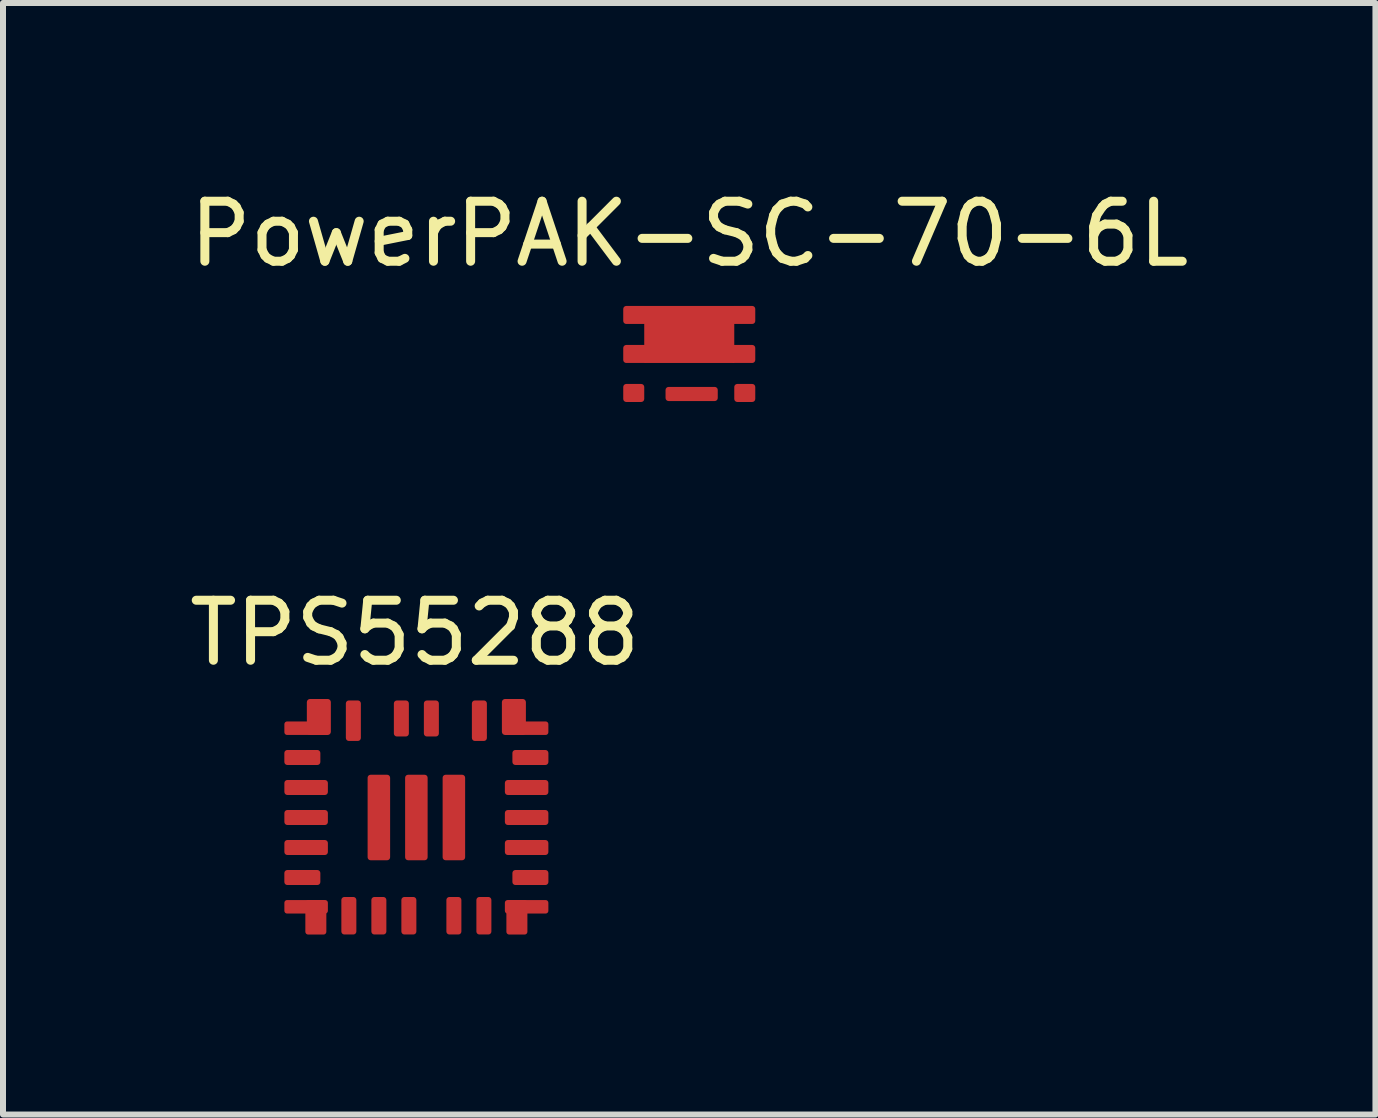
<source format=kicad_pcb>
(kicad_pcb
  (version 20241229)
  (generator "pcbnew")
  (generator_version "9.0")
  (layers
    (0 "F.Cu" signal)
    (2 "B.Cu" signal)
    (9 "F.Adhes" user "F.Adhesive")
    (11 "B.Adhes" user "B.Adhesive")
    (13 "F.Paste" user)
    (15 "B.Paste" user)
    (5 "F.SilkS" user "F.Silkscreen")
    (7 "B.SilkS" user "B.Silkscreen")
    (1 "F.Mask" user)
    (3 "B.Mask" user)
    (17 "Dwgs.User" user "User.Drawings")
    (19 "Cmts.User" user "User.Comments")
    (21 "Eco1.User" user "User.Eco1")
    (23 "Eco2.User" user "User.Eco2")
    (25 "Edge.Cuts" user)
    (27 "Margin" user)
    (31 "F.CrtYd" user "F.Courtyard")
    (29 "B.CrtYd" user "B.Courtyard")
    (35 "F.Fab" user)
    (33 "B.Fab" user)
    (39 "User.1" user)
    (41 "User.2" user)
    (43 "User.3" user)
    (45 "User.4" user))
  (footprint "PowerPAK-SC-70-6L"
    (layer "F.Cu")
    (at 8.435 2.848)
    (property "Reference" "PowerPAK-SC-70-6L" (at 0 -2 0) (unlocked yes) (layer "F.SilkS") (effects (font (size 1 1) (thickness 0.15))))
    (attr smd)
    (pad "0" smd rect (at 0 -0.325 270) (size 0.95 1.5) (layers "F.Cu" "F.Mask" "F.Paste"))
    (pad "1" smd roundrect (at -0.9 -0.65 90) (size 0.3 0.4) (layers "F.Cu" "F.Mask" "F.Paste") (roundrect_rratio 0.167))
    (pad "2" smd roundrect (at -0.9 0 90) (size 0.3 0.4) (layers "F.Cu" "F.Mask" "F.Paste") (roundrect_rratio 0.167))
    (pad "3" smd roundrect (at -0.925 0.65 90) (size 0.3 0.35) (layers "F.Cu" "F.Mask" "F.Paste") (roundrect_rratio 0.167))
    (pad "4" smd roundrect (at 0.925 0.65 270) (size 0.3 0.35) (layers "F.Cu" "F.Mask" "F.Paste") (roundrect_rratio 0.167))
    (pad "5" smd roundrect (at 0.9 0 270) (size 0.3 0.4) (layers "F.Cu" "F.Mask" "F.Paste") (roundrect_rratio 0.167))
    (pad "6" smd roundrect (at 0.9 -0.65 270) (size 0.3 0.4) (layers "F.Cu" "F.Mask" "F.Paste") (roundrect_rratio 0.167))
    (pad "7" smd roundrect (at 0.04 0.667 270) (size 0.235 0.87) (layers "F.Cu" "F.Mask" "F.Paste") (roundrect_rratio 0.213))
    (zone (net_name "") (layer "F.Cu") (hatch edge 0.5) (connect_pads) (min_thickness 0.25) (filled_areas_thickness no) (keepout (tracks not_allowed) (vias not_allowed) (pads not_allowed) (copperpour allowed) (footprints allowed)) (placement (enabled no)) (fill) (polygon (pts (xy 7.685 2.048) (xy 9.185 2.048) (xy 9.185 2.998) (xy 7.685 2.998)))))
  (footprint "TPS55288"
    (layer "F.Cu")
    (at 3.888 10.572)
    (property "Reference" "TPS55288" (at -0.025 -3.075 0) (unlocked yes) (layer "F.SilkS") (effects (font (size 1 1) (thickness 0.15))))
    (attr smd)
    (pad "1" smd roundrect (at -1.837 -1.488 90) (size 0.225 0.725) (layers "F.Cu" "F.Mask" "F.Paste") (roundrect_rratio 0.2))
    (pad "1" smd roundrect (at -1.625 -1.675) (size 0.4 0.6) (layers "F.Cu" "F.Mask" "F.Paste") (roundrect_rratio 0.133))
    (pad "2" smd roundrect (at -1.9 -1 90) (size 0.25 0.6) (layers "F.Cu" "F.Mask" "F.Paste") (roundrect_rratio 0.2))
    (pad "3" smd roundrect (at -1.837 -0.5 90) (size 0.25 0.725) (layers "F.Cu" "F.Mask" "F.Paste") (roundrect_rratio 0.2))
    (pad "4" smd roundrect (at -1.837 0 90) (size 0.25 0.725) (layers "F.Cu" "F.Mask" "F.Paste") (roundrect_rratio 0.2))
    (pad "5" smd roundrect (at -1.837 0.5 90) (size 0.25 0.725) (layers "F.Cu" "F.Mask" "F.Paste") (roundrect_rratio 0.2))
    (pad "6" smd roundrect (at -1.9 1 90) (size 0.25 0.6) (layers "F.Cu" "F.Mask" "F.Paste") (roundrect_rratio 0.2))
    (pad "7" smd roundrect (at -1.837 1.488 90) (size 0.225 0.725) (layers "F.Cu" "F.Mask" "F.Paste") (roundrect_rratio 0.2))
    (pad "7" smd roundrect (at -1.675 1.663) (size 0.35 0.575) (layers "F.Cu" "F.Mask" "F.Paste") (roundrect_rratio 0.133))
    (pad "8" smd roundrect (at -1.125 1.637) (size 0.25 0.625) (layers "F.Cu" "F.Mask" "F.Paste") (roundrect_rratio 0.2))
    (pad "9" smd roundrect (at -0.625 1.637) (size 0.25 0.625) (layers "F.Cu" "F.Mask" "F.Paste") (roundrect_rratio 0.2))
    (pad "10" smd roundrect (at -0.125 1.637) (size 0.25 0.625) (layers "F.Cu" "F.Mask" "F.Paste") (roundrect_rratio 0.2))
    (pad "11" smd roundrect (at 0.625 1.637) (size 0.25 0.625) (layers "F.Cu" "F.Mask" "F.Paste") (roundrect_rratio 0.2))
    (pad "12" smd roundrect (at 1.125 1.637) (size 0.25 0.625) (layers "F.Cu" "F.Mask" "F.Paste") (roundrect_rratio 0.2))
    (pad "13" smd roundrect (at 1.675 1.663) (size 0.35 0.575) (layers "F.Cu" "F.Mask" "F.Paste") (roundrect_rratio 0.133))
    (pad "13" smd roundrect (at 1.837 1.488 90) (size 0.225 0.725) (layers "F.Cu" "F.Mask" "F.Paste") (roundrect_rratio 0.2))
    (pad "14" smd roundrect (at 1.9 1 90) (size 0.25 0.6) (layers "F.Cu" "F.Mask" "F.Paste") (roundrect_rratio 0.2))
    (pad "15" smd roundrect (at 1.837 0.5 90) (size 0.25 0.725) (layers "F.Cu" "F.Mask" "F.Paste") (roundrect_rratio 0.2))
    (pad "16" smd roundrect (at 1.837 0 90) (size 0.25 0.725) (layers "F.Cu" "F.Mask" "F.Paste") (roundrect_rratio 0.2))
    (pad "17" smd roundrect (at 1.837 -0.5 90) (size 0.25 0.725) (layers "F.Cu" "F.Mask" "F.Paste") (roundrect_rratio 0.2))
    (pad "18" smd roundrect (at 1.9 -1 90) (size 0.25 0.6) (layers "F.Cu" "F.Mask" "F.Paste") (roundrect_rratio 0.2))
    (pad "19" smd roundrect (at 1.625 -1.675) (size 0.4 0.6) (layers "F.Cu" "F.Mask" "F.Paste") (roundrect_rratio 0.133))
    (pad "19" smd roundrect (at 1.837 -1.488 90) (size 0.225 0.725) (layers "F.Cu" "F.Mask" "F.Paste") (roundrect_rratio 0.2))
    (pad "20" smd roundrect (at 1.05 -1.613) (size 0.25 0.675) (layers "F.Cu" "F.Mask" "F.Paste") (roundrect_rratio 0.2))
    (pad "21" smd roundrect (at 0.25 -1.65) (size 0.25 0.6) (layers "F.Cu" "F.Mask" "F.Paste") (roundrect_rratio 0.2))
    (pad "22" smd roundrect (at -0.25 -1.65) (size 0.25 0.6) (layers "F.Cu" "F.Mask" "F.Paste") (roundrect_rratio 0.2))
    (pad "23" smd roundrect (at -1.05 -1.613) (size 0.25 0.675) (layers "F.Cu" "F.Mask" "F.Paste") (roundrect_rratio 0.2))
    (pad "24" smd roundrect (at -0.625 0) (size 0.375 1.425) (layers "F.Cu" "F.Mask" "F.Paste") (roundrect_rratio 0.133))
    (pad "25" smd roundrect (at 0 0) (size 0.375 1.425) (layers "F.Cu" "F.Mask" "F.Paste") (roundrect_rratio 0.133))
    (pad "26" smd roundrect (at 0.625 0) (size 0.375 1.425) (layers "F.Cu" "F.Mask" "F.Paste") (roundrect_rratio 0.133)))
  (gr_rect
    (start -3 -3)
    (end 19.869 15.521)
    (stroke (width 0.1) (type default))
    (fill no)
    (layer "Edge.Cuts")))
</source>
